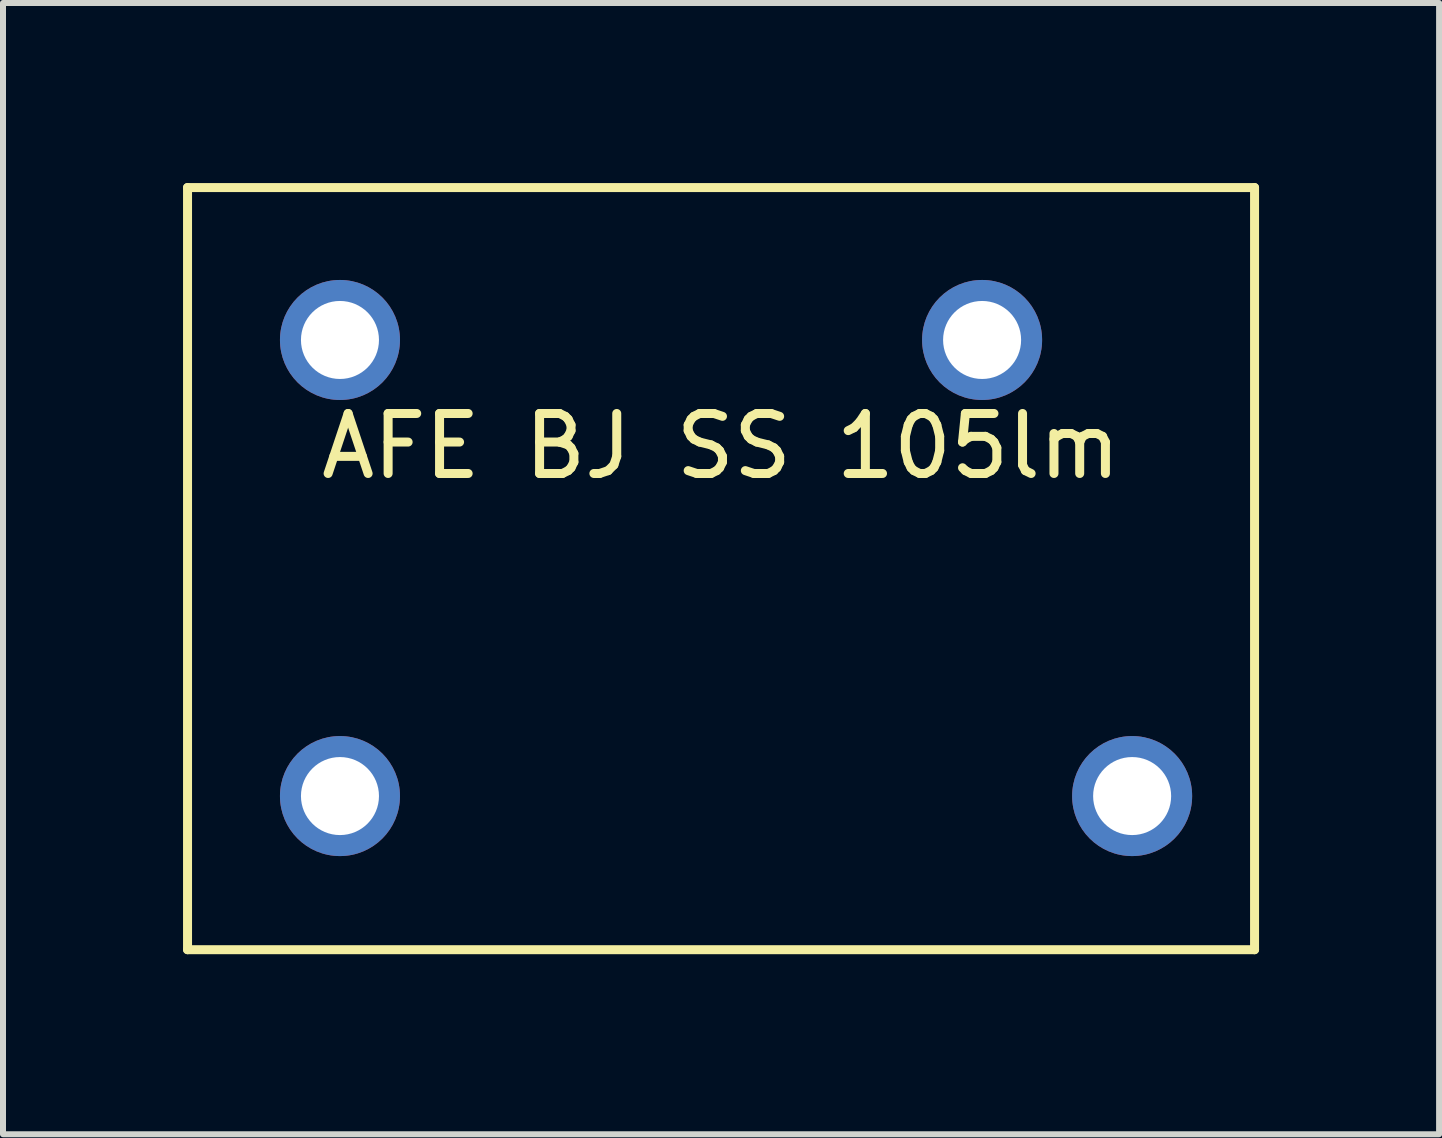
<source format=kicad_pcb>
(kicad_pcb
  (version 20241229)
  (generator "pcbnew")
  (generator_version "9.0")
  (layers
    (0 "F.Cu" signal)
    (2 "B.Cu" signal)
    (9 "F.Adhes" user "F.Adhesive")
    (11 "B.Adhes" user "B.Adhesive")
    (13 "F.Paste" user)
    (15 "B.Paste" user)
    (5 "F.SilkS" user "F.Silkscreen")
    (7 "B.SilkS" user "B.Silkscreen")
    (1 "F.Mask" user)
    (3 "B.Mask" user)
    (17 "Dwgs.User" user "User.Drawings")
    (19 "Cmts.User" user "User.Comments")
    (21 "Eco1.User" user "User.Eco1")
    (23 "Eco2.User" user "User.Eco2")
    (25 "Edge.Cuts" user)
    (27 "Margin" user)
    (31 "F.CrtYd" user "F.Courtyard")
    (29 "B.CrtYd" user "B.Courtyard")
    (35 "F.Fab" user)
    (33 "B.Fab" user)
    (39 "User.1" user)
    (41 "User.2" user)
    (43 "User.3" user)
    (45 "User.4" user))
  (footprint "AFE BJ SS 105lm"
    (layer "F.Cu")
    (at 8.965 3.885)
    (property "Reference" "AFE BJ SS 105lm" (at 0 0.5 0) (layer "F.SilkS") (effects (font (size 1 1) (thickness 0.15))))
    (attr through_hole)
    (fp_line (start -8.89 -3.81) (end -8.89 8.89) (stroke (width 0.15) (type solid)) (layer "F.SilkS"))
    (fp_line (start -8.89 8.89) (end 8.89 8.89) (stroke (width 0.15) (type solid)) (layer "F.SilkS"))
    (fp_line (start 8.89 -3.81) (end -8.89 -3.81) (stroke (width 0.15) (type solid)) (layer "F.SilkS"))
    (fp_line (start 8.89 8.89) (end 8.89 -3.81) (stroke (width 0.15) (type solid)) (layer "F.SilkS"))
    (pad "1" thru_hole circle (at -6.35 -1.27) (size 2 2) (drill 1.3) (layers "*.Cu" "*.Mask"))
    (pad "2" thru_hole circle (at -6.35 6.33) (size 2 2) (drill 1.3) (layers "*.Cu" "*.Mask"))
    (pad "3" thru_hole circle (at 4.35 -1.27) (size 2 2) (drill 1.3) (layers "*.Cu" "*.Mask"))
    (pad "4" thru_hole circle (at 6.85 6.33) (size 2 2) (drill 1.3) (layers "*.Cu" "*.Mask")))
  (gr_rect
    (start -3 -3)
    (end 20.93 15.85)
    (stroke (width 0.1) (type default))
    (fill no)
    (layer "Edge.Cuts")))
</source>
